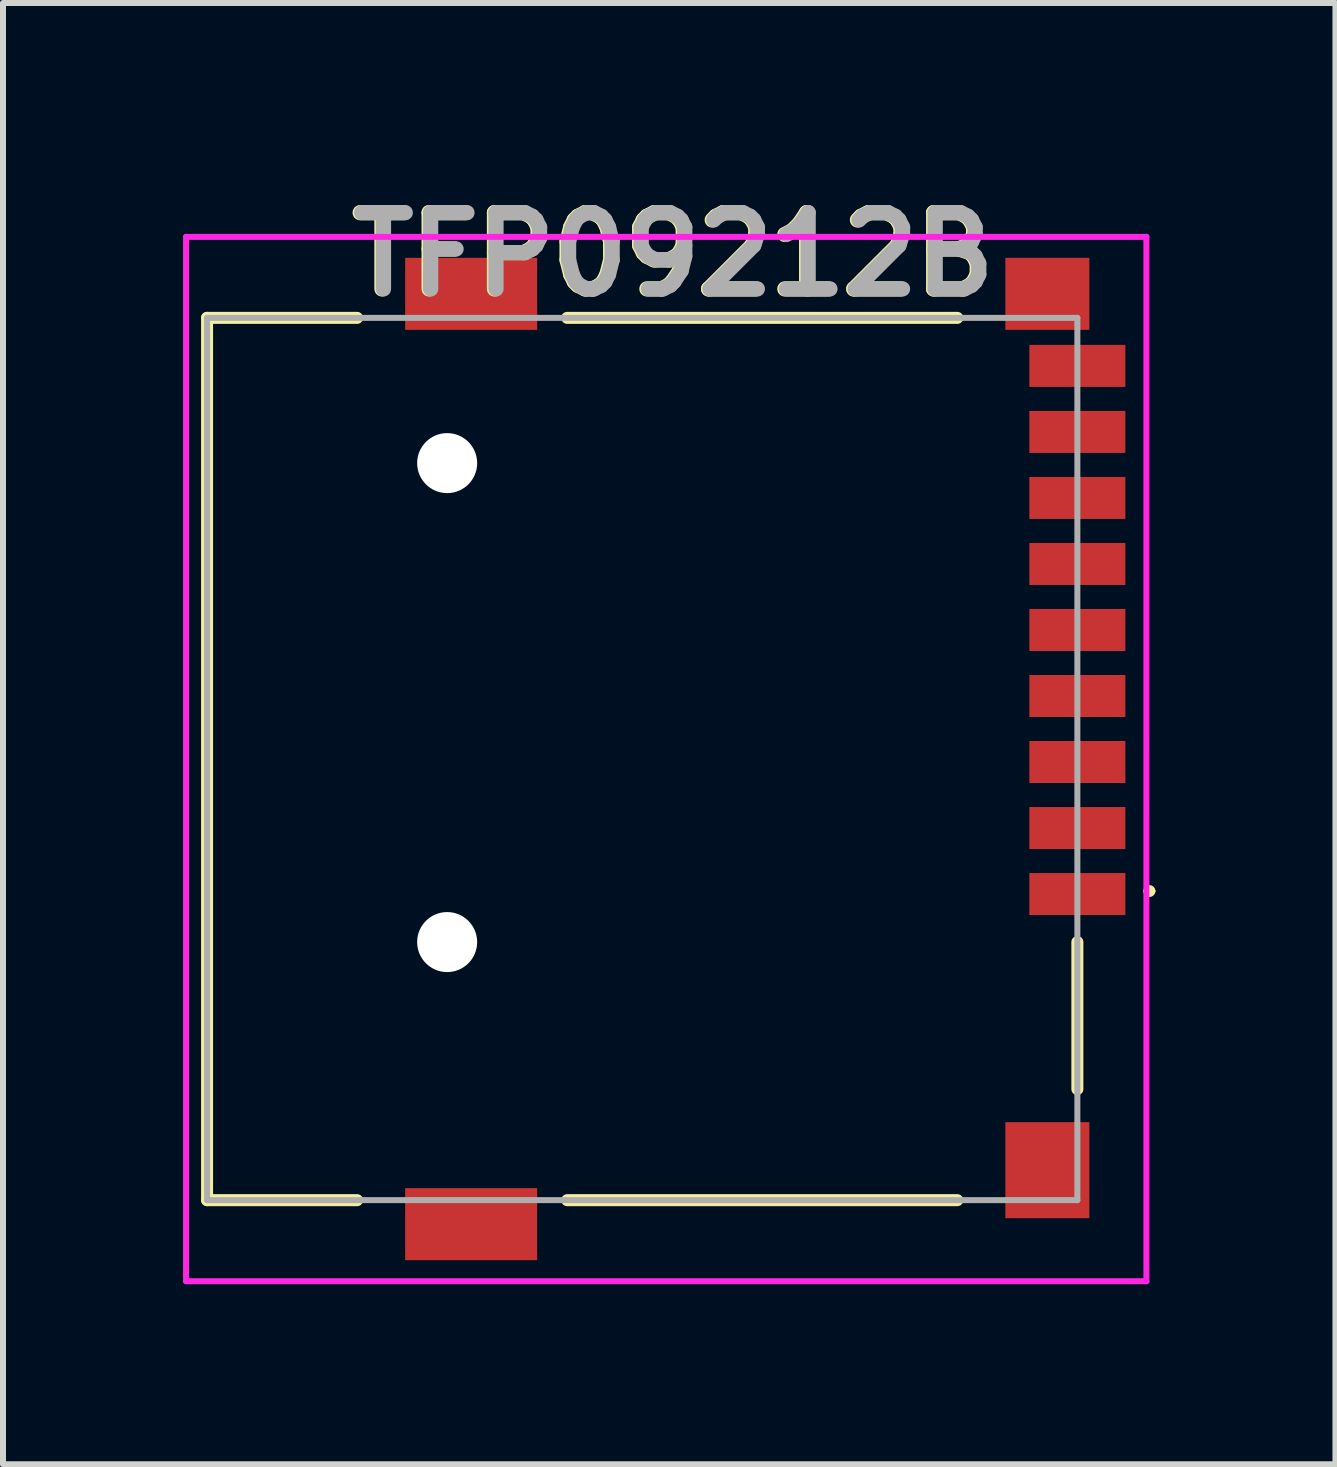
<source format=kicad_pcb>
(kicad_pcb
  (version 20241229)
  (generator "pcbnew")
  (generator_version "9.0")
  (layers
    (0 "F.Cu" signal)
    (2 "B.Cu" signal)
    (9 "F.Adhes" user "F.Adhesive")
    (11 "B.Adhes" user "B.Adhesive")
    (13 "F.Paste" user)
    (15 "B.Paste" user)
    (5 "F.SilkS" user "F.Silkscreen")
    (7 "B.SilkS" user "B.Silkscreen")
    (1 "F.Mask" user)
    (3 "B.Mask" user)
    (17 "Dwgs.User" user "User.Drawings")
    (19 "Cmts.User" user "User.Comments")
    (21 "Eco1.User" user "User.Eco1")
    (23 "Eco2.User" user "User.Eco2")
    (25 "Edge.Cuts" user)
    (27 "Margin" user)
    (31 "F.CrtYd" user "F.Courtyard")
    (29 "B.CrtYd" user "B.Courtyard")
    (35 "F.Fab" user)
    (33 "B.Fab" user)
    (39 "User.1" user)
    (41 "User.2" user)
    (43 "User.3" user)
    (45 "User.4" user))
  (footprint "TFP09212B"
    (layer "F.Cu")
    (at 8.05 9.596)
    (property "Reference" "TFP09212B" (at 0.102 -8.407 0) (layer "F.SilkS") (effects (font (size 1.27 1.27) (thickness 0.254))))
    (attr through_hole)
    (fp_line (start -7.65 -7.35) (end -7.65 7.35) (stroke (width 0.2) (type solid)) (layer "F.SilkS"))
    (fp_line (start -7.65 7.35) (end -5.15 7.35) (stroke (width 0.2) (type solid)) (layer "F.SilkS"))
    (fp_line (start -5.15 -7.35) (end -7.65 -7.35) (stroke (width 0.2) (type solid)) (layer "F.SilkS"))
    (fp_line (start -1.65 -7.35) (end 4.85 -7.35) (stroke (width 0.2) (type solid)) (layer "F.SilkS"))
    (fp_line (start -1.65 7.35) (end 4.85 7.35) (stroke (width 0.2) (type solid)) (layer "F.SilkS"))
    (fp_line (start 6.85 5.5) (end 6.85 3.05) (stroke (width 0.2) (type solid)) (layer "F.SilkS"))
    (fp_line (start 8 2.2) (end 8 2.2) (stroke (width 0.1) (type solid)) (layer "F.SilkS"))
    (fp_line (start 8.1 2.2) (end 8.1 2.2) (stroke (width 0.1) (type solid)) (layer "F.SilkS"))
    (fp_arc (start 8 2.2) (mid 8.05 2.15) (end 8.1 2.2) (stroke (width 0.1) (type solid)) (layer "F.SilkS"))
    (fp_arc (start 8.1 2.2) (mid 8.05 2.25) (end 8 2.2) (stroke (width 0.1) (type solid)) (layer "F.SilkS"))
    (fp_line (start -8 -8.7) (end 8 -8.7) (stroke (width 0.1) (type solid)) (layer "F.CrtYd"))
    (fp_line (start -8 8.7) (end -8 -8.7) (stroke (width 0.1) (type solid)) (layer "F.CrtYd"))
    (fp_line (start 8 -8.7) (end 8 8.7) (stroke (width 0.1) (type solid)) (layer "F.CrtYd"))
    (fp_line (start 8 8.7) (end -8 8.7) (stroke (width 0.1) (type solid)) (layer "F.CrtYd"))
    (fp_line (start -7.65 -7.35) (end 6.85 -7.35) (stroke (width 0.1) (type solid)) (layer "F.Fab"))
    (fp_line (start -7.65 7.35) (end -7.65 -7.35) (stroke (width 0.1) (type solid)) (layer "F.Fab"))
    (fp_line (start 6.85 -7.35) (end 6.85 7.35) (stroke (width 0.1) (type solid)) (layer "F.Fab"))
    (fp_line (start 6.85 7.35) (end -7.65 7.35) (stroke (width 0.1) (type solid)) (layer "F.Fab"))
    (fp_text user "${REFERENCE}" (at 0.127 -8.407 0) (layer "F.Fab") (effects (font (size 1.27 1.27) (thickness 0.254))))
    (pad "" np_thru_hole circle (at -3.65 -4.93) (size 1 1) (drill 1) (layers "*.Cu" "*.Mask"))
    (pad "" np_thru_hole circle (at -3.65 3.05) (size 1 1) (drill 1) (layers "*.Cu" "*.Mask"))
    (pad "1" smd rect (at 6.85 2.25 90) (size 0.7 1.6) (layers "F.Cu" "F.Mask" "F.Paste"))
    (pad "2" smd rect (at 6.85 1.15 90) (size 0.7 1.6) (layers "F.Cu" "F.Mask" "F.Paste"))
    (pad "3" smd rect (at 6.85 0.05 90) (size 0.7 1.6) (layers "F.Cu" "F.Mask" "F.Paste"))
    (pad "4" smd rect (at 6.85 -1.05 90) (size 0.7 1.6) (layers "F.Cu" "F.Mask" "F.Paste"))
    (pad "5" smd rect (at 6.85 -2.15 90) (size 0.7 1.6) (layers "F.Cu" "F.Mask" "F.Paste"))
    (pad "6" smd rect (at 6.85 -3.25 90) (size 0.7 1.6) (layers "F.Cu" "F.Mask" "F.Paste"))
    (pad "7" smd rect (at 6.85 -4.35 90) (size 0.7 1.6) (layers "F.Cu" "F.Mask" "F.Paste"))
    (pad "8" smd rect (at 6.85 -5.45 90) (size 0.7 1.6) (layers "F.Cu" "F.Mask" "F.Paste"))
    (pad "9" smd rect (at 6.85 -6.55 90) (size 0.7 1.6) (layers "F.Cu" "F.Mask" "F.Paste"))
    (pad "11" smd rect (at -3.25 -7.75 90) (size 1.2 2.2) (layers "F.Cu" "F.Mask" "F.Paste"))
    (pad "11" smd rect (at -3.25 7.75 90) (size 1.2 2.2) (layers "F.Cu" "F.Mask" "F.Paste"))
    (pad "11" smd rect (at 6.35 -7.75 90) (size 1.2 1.4) (layers "F.Cu" "F.Mask" "F.Paste"))
    (pad "11" smd rect (at 6.35 6.85) (size 1.4 1.6) (layers "F.Cu" "F.Mask" "F.Paste")))
  (gr_rect
    (start -3 -3)
    (end 19.2 21.346)
    (stroke (width 0.1) (type default))
    (fill no)
    (layer "Edge.Cuts")))
</source>
